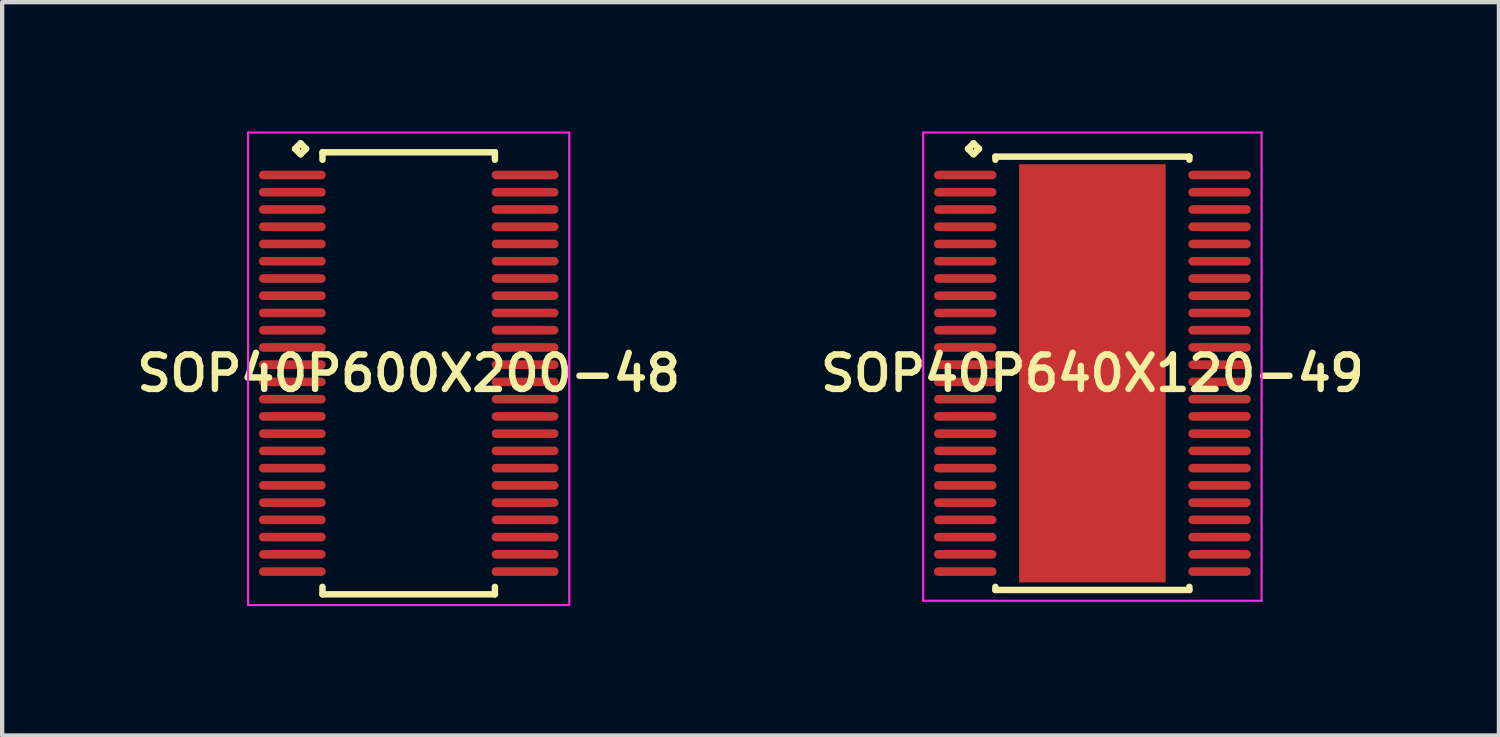
<source format=kicad_pcb>
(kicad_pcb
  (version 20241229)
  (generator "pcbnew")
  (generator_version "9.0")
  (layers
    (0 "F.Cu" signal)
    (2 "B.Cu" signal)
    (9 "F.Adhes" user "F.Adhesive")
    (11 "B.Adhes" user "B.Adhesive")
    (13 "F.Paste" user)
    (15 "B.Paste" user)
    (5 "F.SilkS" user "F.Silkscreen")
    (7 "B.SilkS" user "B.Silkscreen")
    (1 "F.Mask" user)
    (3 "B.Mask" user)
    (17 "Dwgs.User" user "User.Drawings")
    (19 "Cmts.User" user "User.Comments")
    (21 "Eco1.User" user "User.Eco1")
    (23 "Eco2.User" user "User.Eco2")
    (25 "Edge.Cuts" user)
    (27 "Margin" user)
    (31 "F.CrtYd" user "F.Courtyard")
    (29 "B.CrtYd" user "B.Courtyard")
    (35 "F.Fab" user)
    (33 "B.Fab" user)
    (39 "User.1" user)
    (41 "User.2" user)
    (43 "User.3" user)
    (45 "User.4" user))
  (footprint "SOP40P600X200-48"
    (layer "F.Cu")
    (at 6.431 5.61)
    (property "Reference" "SOP40P600X200-48" (at 0 0 0) (layer "F.SilkS") (effects (font (size 0.8 0.8) (thickness 0.15))))
    (attr smd)
    (fp_line (start -2.635 -5.208) (end -2.508 -5.335) (stroke (width 0.15) (type solid)) (layer "F.SilkS"))
    (fp_line (start -2.508 -5.335) (end -2.381 -5.208) (stroke (width 0.15) (type solid)) (layer "F.SilkS"))
    (fp_line (start -2.508 -5.081) (end -2.635 -5.208) (stroke (width 0.15) (type solid)) (layer "F.SilkS"))
    (fp_line (start -2.381 -5.208) (end -2.508 -5.081) (stroke (width 0.15) (type solid)) (layer "F.SilkS"))
    (fp_line (start -2 -5.127) (end 2 -5.127) (stroke (width 0.15) (type solid)) (layer "F.SilkS"))
    (fp_line (start -2 -4.954) (end -2 -5.127) (stroke (width 0.15) (type solid)) (layer "F.SilkS"))
    (fp_line (start -2 4.954) (end -2 5.127) (stroke (width 0.15) (type solid)) (layer "F.SilkS"))
    (fp_line (start -2 5.127) (end 2 5.127) (stroke (width 0.15) (type solid)) (layer "F.SilkS"))
    (fp_line (start 2 -5.127) (end 2 -4.954) (stroke (width 0.15) (type solid)) (layer "F.SilkS"))
    (fp_line (start 2 5.127) (end 2 4.954) (stroke (width 0.15) (type solid)) (layer "F.SilkS"))
    (fp_line (start -3.725 -5.585) (end 3.725 -5.585) (stroke (width 0.05) (type solid)) (layer "F.CrtYd"))
    (fp_line (start -3.725 5.377) (end -3.725 -5.585) (stroke (width 0.05) (type solid)) (layer "F.CrtYd"))
    (fp_line (start 3.725 -5.585) (end 3.725 5.377) (stroke (width 0.05) (type solid)) (layer "F.CrtYd"))
    (fp_line (start 3.725 5.377) (end -3.725 5.377) (stroke (width 0.05) (type solid)) (layer "F.CrtYd"))
    (pad "1" smd oval (at -2.7 -4.6) (size 1.55 0.2) (layers "F.Cu" "F.Mask" "F.Paste"))
    (pad "2" smd oval (at -2.7 -4.2) (size 1.55 0.2) (layers "F.Cu" "F.Mask" "F.Paste"))
    (pad "3" smd oval (at -2.7 -3.8) (size 1.55 0.2) (layers "F.Cu" "F.Mask" "F.Paste"))
    (pad "4" smd oval (at -2.7 -3.4) (size 1.55 0.2) (layers "F.Cu" "F.Mask" "F.Paste"))
    (pad "5" smd oval (at -2.7 -3) (size 1.55 0.2) (layers "F.Cu" "F.Mask" "F.Paste"))
    (pad "6" smd oval (at -2.7 -2.6) (size 1.55 0.2) (layers "F.Cu" "F.Mask" "F.Paste"))
    (pad "7" smd oval (at -2.7 -2.2) (size 1.55 0.2) (layers "F.Cu" "F.Mask" "F.Paste"))
    (pad "8" smd oval (at -2.7 -1.8) (size 1.55 0.2) (layers "F.Cu" "F.Mask" "F.Paste"))
    (pad "9" smd oval (at -2.7 -1.4) (size 1.55 0.2) (layers "F.Cu" "F.Mask" "F.Paste"))
    (pad "10" smd oval (at -2.7 -1) (size 1.55 0.2) (layers "F.Cu" "F.Mask" "F.Paste"))
    (pad "11" smd oval (at -2.7 -0.6) (size 1.55 0.2) (layers "F.Cu" "F.Mask" "F.Paste"))
    (pad "12" smd oval (at -2.7 -0.2) (size 1.55 0.2) (layers "F.Cu" "F.Mask" "F.Paste"))
    (pad "13" smd oval (at -2.7 0.2) (size 1.55 0.2) (layers "F.Cu" "F.Mask" "F.Paste"))
    (pad "14" smd oval (at -2.7 0.6) (size 1.55 0.2) (layers "F.Cu" "F.Mask" "F.Paste"))
    (pad "15" smd oval (at -2.7 1) (size 1.55 0.2) (layers "F.Cu" "F.Mask" "F.Paste"))
    (pad "16" smd oval (at -2.7 1.4) (size 1.55 0.2) (layers "F.Cu" "F.Mask" "F.Paste"))
    (pad "17" smd oval (at -2.7 1.8) (size 1.55 0.2) (layers "F.Cu" "F.Mask" "F.Paste"))
    (pad "18" smd oval (at -2.7 2.2) (size 1.55 0.2) (layers "F.Cu" "F.Mask" "F.Paste"))
    (pad "19" smd oval (at -2.7 2.6) (size 1.55 0.2) (layers "F.Cu" "F.Mask" "F.Paste"))
    (pad "20" smd oval (at -2.7 3) (size 1.55 0.2) (layers "F.Cu" "F.Mask" "F.Paste"))
    (pad "21" smd oval (at -2.7 3.4) (size 1.55 0.2) (layers "F.Cu" "F.Mask" "F.Paste"))
    (pad "22" smd oval (at -2.7 3.8) (size 1.55 0.2) (layers "F.Cu" "F.Mask" "F.Paste"))
    (pad "23" smd oval (at -2.7 4.2) (size 1.55 0.2) (layers "F.Cu" "F.Mask" "F.Paste"))
    (pad "24" smd oval (at -2.7 4.6) (size 1.55 0.2) (layers "F.Cu" "F.Mask" "F.Paste"))
    (pad "25" smd oval (at 2.7 4.6) (size 1.55 0.2) (layers "F.Cu" "F.Mask" "F.Paste"))
    (pad "26" smd oval (at 2.7 4.2) (size 1.55 0.2) (layers "F.Cu" "F.Mask" "F.Paste"))
    (pad "27" smd oval (at 2.7 3.8) (size 1.55 0.2) (layers "F.Cu" "F.Mask" "F.Paste"))
    (pad "28" smd oval (at 2.7 3.4) (size 1.55 0.2) (layers "F.Cu" "F.Mask" "F.Paste"))
    (pad "29" smd oval (at 2.7 3) (size 1.55 0.2) (layers "F.Cu" "F.Mask" "F.Paste"))
    (pad "30" smd oval (at 2.7 2.6) (size 1.55 0.2) (layers "F.Cu" "F.Mask" "F.Paste"))
    (pad "31" smd oval (at 2.7 2.2) (size 1.55 0.2) (layers "F.Cu" "F.Mask" "F.Paste"))
    (pad "32" smd oval (at 2.7 1.8) (size 1.55 0.2) (layers "F.Cu" "F.Mask" "F.Paste"))
    (pad "33" smd oval (at 2.7 1.4) (size 1.55 0.2) (layers "F.Cu" "F.Mask" "F.Paste"))
    (pad "34" smd oval (at 2.7 1) (size 1.55 0.2) (layers "F.Cu" "F.Mask" "F.Paste"))
    (pad "35" smd oval (at 2.7 0.6) (size 1.55 0.2) (layers "F.Cu" "F.Mask" "F.Paste"))
    (pad "36" smd oval (at 2.7 0.2) (size 1.55 0.2) (layers "F.Cu" "F.Mask" "F.Paste"))
    (pad "37" smd oval (at 2.7 -0.2) (size 1.55 0.2) (layers "F.Cu" "F.Mask" "F.Paste"))
    (pad "38" smd oval (at 2.7 -0.6) (size 1.55 0.2) (layers "F.Cu" "F.Mask" "F.Paste"))
    (pad "39" smd oval (at 2.7 -1) (size 1.55 0.2) (layers "F.Cu" "F.Mask" "F.Paste"))
    (pad "40" smd oval (at 2.7 -1.4) (size 1.55 0.2) (layers "F.Cu" "F.Mask" "F.Paste"))
    (pad "41" smd oval (at 2.7 -1.8) (size 1.55 0.2) (layers "F.Cu" "F.Mask" "F.Paste"))
    (pad "42" smd oval (at 2.7 -2.2) (size 1.55 0.2) (layers "F.Cu" "F.Mask" "F.Paste"))
    (pad "43" smd oval (at 2.7 -2.6) (size 1.55 0.2) (layers "F.Cu" "F.Mask" "F.Paste"))
    (pad "44" smd oval (at 2.7 -3) (size 1.55 0.2) (layers "F.Cu" "F.Mask" "F.Paste"))
    (pad "45" smd oval (at 2.7 -3.4) (size 1.55 0.2) (layers "F.Cu" "F.Mask" "F.Paste"))
    (pad "46" smd oval (at 2.7 -3.8) (size 1.55 0.2) (layers "F.Cu" "F.Mask" "F.Paste"))
    (pad "47" smd oval (at 2.7 -4.2) (size 1.55 0.2) (layers "F.Cu" "F.Mask" "F.Paste"))
    (pad "48" smd oval (at 2.7 -4.6) (size 1.55 0.2) (layers "F.Cu" "F.Mask" "F.Paste")))
  (footprint "SOP40P640X120-49"
    (layer "F.Cu")
    (at 22.292 5.61)
    (property "Reference" "SOP40P640X120-49" (at 0 0 0) (layer "F.SilkS") (effects (font (size 0.8 0.8) (thickness 0.15))))
    (attr smd)
    (fp_line (start -2.885 -5.208) (end -2.758 -5.335) (stroke (width 0.15) (type solid)) (layer "F.SilkS"))
    (fp_line (start -2.758 -5.335) (end -2.631 -5.208) (stroke (width 0.15) (type solid)) (layer "F.SilkS"))
    (fp_line (start -2.758 -5.081) (end -2.885 -5.208) (stroke (width 0.15) (type solid)) (layer "F.SilkS"))
    (fp_line (start -2.631 -5.208) (end -2.758 -5.081) (stroke (width 0.15) (type solid)) (layer "F.SilkS"))
    (fp_line (start -2.25 -5.027) (end 2.25 -5.027) (stroke (width 0.15) (type solid)) (layer "F.SilkS"))
    (fp_line (start -2.25 -4.954) (end -2.25 -5.027) (stroke (width 0.15) (type solid)) (layer "F.SilkS"))
    (fp_line (start -2.25 4.954) (end -2.25 5.027) (stroke (width 0.15) (type solid)) (layer "F.SilkS"))
    (fp_line (start -2.25 5.027) (end 2.25 5.027) (stroke (width 0.15) (type solid)) (layer "F.SilkS"))
    (fp_line (start 2.25 -5.027) (end 2.25 -4.954) (stroke (width 0.15) (type solid)) (layer "F.SilkS"))
    (fp_line (start 2.25 5.027) (end 2.25 4.954) (stroke (width 0.15) (type solid)) (layer "F.SilkS"))
    (fp_line (start -3.925 -5.585) (end 3.925 -5.585) (stroke (width 0.05) (type solid)) (layer "F.CrtYd"))
    (fp_line (start -3.925 5.277) (end -3.925 -5.585) (stroke (width 0.05) (type solid)) (layer "F.CrtYd"))
    (fp_line (start 3.925 -5.585) (end 3.925 5.277) (stroke (width 0.05) (type solid)) (layer "F.CrtYd"))
    (fp_line (start 3.925 5.277) (end -3.925 5.277) (stroke (width 0.05) (type solid)) (layer "F.CrtYd"))
    (pad "1" smd oval (at -2.95 -4.6) (size 1.45 0.2) (layers "F.Cu" "F.Mask" "F.Paste"))
    (pad "2" smd oval (at -2.95 -4.2) (size 1.45 0.2) (layers "F.Cu" "F.Mask" "F.Paste"))
    (pad "3" smd oval (at -2.95 -3.8) (size 1.45 0.2) (layers "F.Cu" "F.Mask" "F.Paste"))
    (pad "4" smd oval (at -2.95 -3.4) (size 1.45 0.2) (layers "F.Cu" "F.Mask" "F.Paste"))
    (pad "5" smd oval (at -2.95 -3) (size 1.45 0.2) (layers "F.Cu" "F.Mask" "F.Paste"))
    (pad "6" smd oval (at -2.95 -2.6) (size 1.45 0.2) (layers "F.Cu" "F.Mask" "F.Paste"))
    (pad "7" smd oval (at -2.95 -2.2) (size 1.45 0.2) (layers "F.Cu" "F.Mask" "F.Paste"))
    (pad "8" smd oval (at -2.95 -1.8) (size 1.45 0.2) (layers "F.Cu" "F.Mask" "F.Paste"))
    (pad "9" smd oval (at -2.95 -1.4) (size 1.45 0.2) (layers "F.Cu" "F.Mask" "F.Paste"))
    (pad "10" smd oval (at -2.95 -1) (size 1.45 0.2) (layers "F.Cu" "F.Mask" "F.Paste"))
    (pad "11" smd oval (at -2.95 -0.6) (size 1.45 0.2) (layers "F.Cu" "F.Mask" "F.Paste"))
    (pad "12" smd oval (at -2.95 -0.2) (size 1.45 0.2) (layers "F.Cu" "F.Mask" "F.Paste"))
    (pad "13" smd oval (at -2.95 0.2) (size 1.45 0.2) (layers "F.Cu" "F.Mask" "F.Paste"))
    (pad "14" smd oval (at -2.95 0.6) (size 1.45 0.2) (layers "F.Cu" "F.Mask" "F.Paste"))
    (pad "15" smd oval (at -2.95 1) (size 1.45 0.2) (layers "F.Cu" "F.Mask" "F.Paste"))
    (pad "16" smd oval (at -2.95 1.4) (size 1.45 0.2) (layers "F.Cu" "F.Mask" "F.Paste"))
    (pad "17" smd oval (at -2.95 1.8) (size 1.45 0.2) (layers "F.Cu" "F.Mask" "F.Paste"))
    (pad "18" smd oval (at -2.95 2.2) (size 1.45 0.2) (layers "F.Cu" "F.Mask" "F.Paste"))
    (pad "19" smd oval (at -2.95 2.6) (size 1.45 0.2) (layers "F.Cu" "F.Mask" "F.Paste"))
    (pad "20" smd oval (at -2.95 3) (size 1.45 0.2) (layers "F.Cu" "F.Mask" "F.Paste"))
    (pad "21" smd oval (at -2.95 3.4) (size 1.45 0.2) (layers "F.Cu" "F.Mask" "F.Paste"))
    (pad "22" smd oval (at -2.95 3.8) (size 1.45 0.2) (layers "F.Cu" "F.Mask" "F.Paste"))
    (pad "23" smd oval (at -2.95 4.2) (size 1.45 0.2) (layers "F.Cu" "F.Mask" "F.Paste"))
    (pad "24" smd oval (at -2.95 4.6) (size 1.45 0.2) (layers "F.Cu" "F.Mask" "F.Paste"))
    (pad "25" smd oval (at 2.95 4.6) (size 1.45 0.2) (layers "F.Cu" "F.Mask" "F.Paste"))
    (pad "26" smd oval (at 2.95 4.2) (size 1.45 0.2) (layers "F.Cu" "F.Mask" "F.Paste"))
    (pad "27" smd oval (at 2.95 3.8) (size 1.45 0.2) (layers "F.Cu" "F.Mask" "F.Paste"))
    (pad "28" smd oval (at 2.95 3.4) (size 1.45 0.2) (layers "F.Cu" "F.Mask" "F.Paste"))
    (pad "29" smd oval (at 2.95 3) (size 1.45 0.2) (layers "F.Cu" "F.Mask" "F.Paste"))
    (pad "30" smd oval (at 2.95 2.6) (size 1.45 0.2) (layers "F.Cu" "F.Mask" "F.Paste"))
    (pad "31" smd oval (at 2.95 2.2) (size 1.45 0.2) (layers "F.Cu" "F.Mask" "F.Paste"))
    (pad "32" smd oval (at 2.95 1.8) (size 1.45 0.2) (layers "F.Cu" "F.Mask" "F.Paste"))
    (pad "33" smd oval (at 2.95 1.4) (size 1.45 0.2) (layers "F.Cu" "F.Mask" "F.Paste"))
    (pad "34" smd oval (at 2.95 1) (size 1.45 0.2) (layers "F.Cu" "F.Mask" "F.Paste"))
    (pad "35" smd oval (at 2.95 0.6) (size 1.45 0.2) (layers "F.Cu" "F.Mask" "F.Paste"))
    (pad "36" smd oval (at 2.95 0.2) (size 1.45 0.2) (layers "F.Cu" "F.Mask" "F.Paste"))
    (pad "37" smd oval (at 2.95 -0.2) (size 1.45 0.2) (layers "F.Cu" "F.Mask" "F.Paste"))
    (pad "38" smd oval (at 2.95 -0.6) (size 1.45 0.2) (layers "F.Cu" "F.Mask" "F.Paste"))
    (pad "39" smd oval (at 2.95 -1) (size 1.45 0.2) (layers "F.Cu" "F.Mask" "F.Paste"))
    (pad "40" smd oval (at 2.95 -1.4) (size 1.45 0.2) (layers "F.Cu" "F.Mask" "F.Paste"))
    (pad "41" smd oval (at 2.95 -1.8) (size 1.45 0.2) (layers "F.Cu" "F.Mask" "F.Paste"))
    (pad "42" smd oval (at 2.95 -2.2) (size 1.45 0.2) (layers "F.Cu" "F.Mask" "F.Paste"))
    (pad "43" smd oval (at 2.95 -2.6) (size 1.45 0.2) (layers "F.Cu" "F.Mask" "F.Paste"))
    (pad "44" smd oval (at 2.95 -3) (size 1.45 0.2) (layers "F.Cu" "F.Mask" "F.Paste"))
    (pad "45" smd oval (at 2.95 -3.4) (size 1.45 0.2) (layers "F.Cu" "F.Mask" "F.Paste"))
    (pad "46" smd oval (at 2.95 -3.8) (size 1.45 0.2) (layers "F.Cu" "F.Mask" "F.Paste"))
    (pad "47" smd oval (at 2.95 -4.2) (size 1.45 0.2) (layers "F.Cu" "F.Mask" "F.Paste"))
    (pad "48" smd oval (at 2.95 -4.6) (size 1.45 0.2) (layers "F.Cu" "F.Mask" "F.Paste"))
    (pad "49" smd rect (at 0 0) (size 3.4 9.7) (layers "F.Cu" "F.Mask" "F.Paste")))
  (gr_rect
    (start -3 -3)
    (end 31.723 14.012)
    (stroke (width 0.1) (type default))
    (fill no)
    (layer "Edge.Cuts")))
</source>
